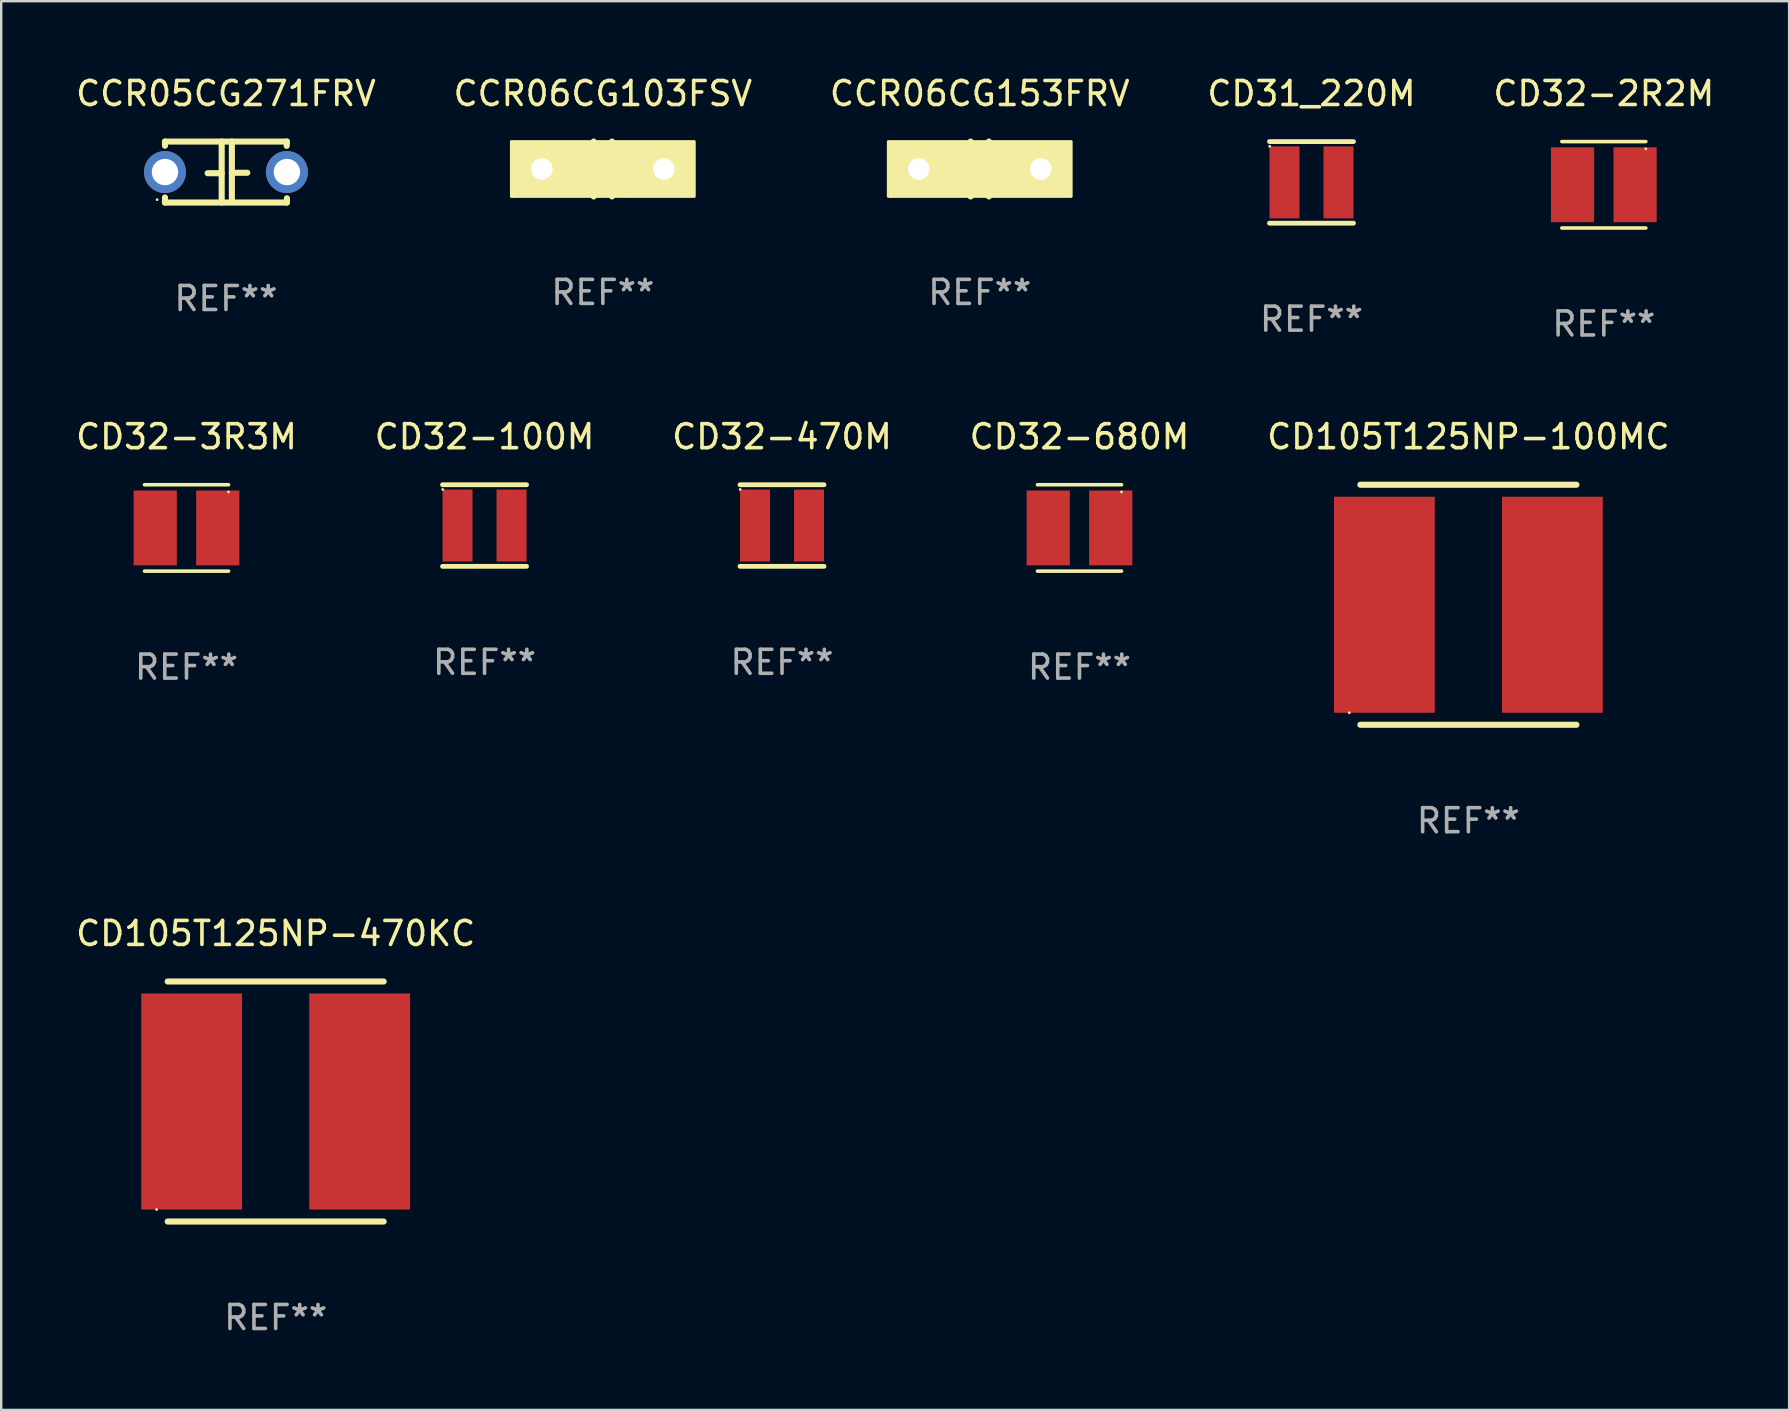
<source format=kicad_pcb>
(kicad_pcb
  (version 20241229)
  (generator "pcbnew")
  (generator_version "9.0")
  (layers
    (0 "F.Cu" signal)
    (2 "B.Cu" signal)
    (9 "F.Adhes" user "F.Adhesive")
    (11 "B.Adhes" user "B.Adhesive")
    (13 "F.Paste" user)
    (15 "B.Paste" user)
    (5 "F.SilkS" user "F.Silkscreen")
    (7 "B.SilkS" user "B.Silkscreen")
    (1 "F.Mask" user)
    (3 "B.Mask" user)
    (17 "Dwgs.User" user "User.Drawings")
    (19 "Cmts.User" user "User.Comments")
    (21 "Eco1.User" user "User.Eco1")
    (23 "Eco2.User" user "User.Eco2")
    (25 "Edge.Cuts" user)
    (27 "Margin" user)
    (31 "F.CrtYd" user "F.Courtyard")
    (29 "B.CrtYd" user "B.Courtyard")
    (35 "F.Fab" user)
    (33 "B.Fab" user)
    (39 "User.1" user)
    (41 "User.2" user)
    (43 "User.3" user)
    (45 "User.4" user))
  (footprint "CD32-3R3M"
    (layer "F.Cu")
    (at 4.72 18.945)
    (property "Reference" "CD32-3R3M" (at 0 -3.8 0) (layer "F.SilkS") (effects (font (size 1 1) (thickness 0.15))))
    (attr through_hole)
    (fp_line (start -1.75 -1.8) (end 1.75 -1.8) (stroke (width 0.15) (type solid)) (layer "F.SilkS"))
    (fp_line (start 1.75 1.8) (end -1.75 1.8) (stroke (width 0.15) (type solid)) (layer "F.SilkS"))
    (fp_circle (center 1.75 -1.5) (end 1.78 -1.5) (stroke (width 0.06) (type solid)) (fill no) (layer "F.SilkS"))
    (fp_text user "REF**" (at 0 5.8 0) (layer "F.Fab") (effects (font (size 1 1) (thickness 0.15))))
    (pad "1" smd rect (at 1.303 0.000051) (size 1.8 3.12) (layers "F.Cu" "F.Mask" "F.Paste"))
    (pad "2" smd rect (at -1.303 0.000051) (size 1.8 3.12) (layers "F.Cu" "F.Mask" "F.Paste")))
  (footprint "CCR06CG153FRV"
    (layer "F.Cu")
    (at 37.768 3.991)
    (property "Reference" "CCR06CG153FRV" (at 0 -3.143 0) (layer "F.SilkS") (effects (font (size 1 1) (thickness 0.15))))
    (attr through_hole)
    (fp_line (start -0.381 -0.017) (end -0.889 -0.017) (stroke (width 0.254) (type solid)) (layer "F.SilkS"))
    (fp_line (start -0.381 1.143) (end -0.381 -1.143) (stroke (width 0.254) (type solid)) (layer "F.SilkS"))
    (fp_line (start 0.381 -1.143) (end 0.381 1.143) (stroke (width 0.254) (type solid)) (layer "F.SilkS"))
    (fp_line (start 0.381 0.017) (end 0.889 0.017) (stroke (width 0.254) (type solid)) (layer "F.SilkS"))
    (fp_circle (center -3.7 1.15) (end -3.67 1.15) (stroke (width 0.06) (type solid)) (fill no) (layer "F.SilkS"))
    (fp_poly (pts (xy -3.81 -1.143) (xy 3.81 -1.143) (xy 3.81 1.143) (xy -3.81 1.143)) (stroke (width 0.12) (type solid)) (fill yes) (layer "F.SilkS"))
    (fp_text user "REF**" (at 0 5.143 0) (layer "F.Fab") (effects (font (size 1 1) (thickness 0.15))))
    (pad "1" thru_hole circle (at -2.54 0) (size 1.524 1.524) (drill 0.9) (layers "*.Cu" "*.Mask"))
    (pad "2" thru_hole circle (at 2.54 0) (size 1.524 1.524) (drill 0.9) (layers "*.Cu" "*.Mask")))
  (footprint "CCR05CG271FRV"
    (layer "F.Cu")
    (at 6.363 4.118)
    (property "Reference" "CCR05CG271FRV" (at 0 -3.27 0) (layer "F.SilkS") (effects (font (size 1 1) (thickness 0.15))))
    (attr through_hole)
    (fp_line (start -2.54 -1.27) (end 2.54 -1.27) (stroke (width 0.254) (type solid)) (layer "F.SilkS"))
    (fp_line (start -2.54 -1.097) (end -2.54 -1.27) (stroke (width 0.254) (type solid)) (layer "F.SilkS"))
    (fp_line (start -2.54 1.27) (end -2.54 1.059) (stroke (width 0.254) (type solid)) (layer "F.SilkS"))
    (fp_line (start -0.177 -1.27) (end -0.177 1.27) (stroke (width 0.254) (type solid)) (layer "F.SilkS"))
    (fp_line (start -0.177 0.048) (end -0.762 0.048) (stroke (width 0.254) (type solid)) (layer "F.SilkS"))
    (fp_line (start 0.247 -1.27) (end 0.247 1.143) (stroke (width 0.254) (type solid)) (layer "F.SilkS"))
    (fp_line (start 0.247 0.029) (end 0.889 0.029) (stroke (width 0.254) (type solid)) (layer "F.SilkS"))
    (fp_line (start 2.54 -1.27) (end 2.531 -1.092) (stroke (width 0.254) (type solid)) (layer "F.SilkS"))
    (fp_line (start 2.54 1.092) (end 2.54 1.27) (stroke (width 0.254) (type solid)) (layer "F.SilkS"))
    (fp_line (start 2.54 1.27) (end -2.54 1.27) (stroke (width 0.254) (type solid)) (layer "F.SilkS"))
    (fp_circle (center -2.865 1.15) (end -2.835 1.15) (stroke (width 0.06) (type solid)) (fill no) (layer "F.SilkS"))
    (fp_text user "REF**" (at 0 5.27 0) (layer "F.Fab") (effects (font (size 1 1) (thickness 0.15))))
    (pad "1" thru_hole circle (at -2.54 0) (size 1.75 1.75) (drill 1.1) (layers "*.Cu" "*.Mask"))
    (pad "2" thru_hole circle (at 2.54 0) (size 1.75 1.75) (drill 1.1) (layers "*.Cu" "*.Mask")))
  (footprint "CD32-2R2M"
    (layer "F.Cu")
    (at 63.768 4.648)
    (property "Reference" "CD32-2R2M" (at 0 -3.8 0) (layer "F.SilkS") (effects (font (size 1 1) (thickness 0.15))))
    (attr through_hole)
    (fp_line (start -1.75 -1.8) (end 1.75 -1.8) (stroke (width 0.15) (type solid)) (layer "F.SilkS"))
    (fp_line (start 1.75 1.8) (end -1.75 1.8) (stroke (width 0.15) (type solid)) (layer "F.SilkS"))
    (fp_circle (center 1.75 -1.5) (end 1.78 -1.5) (stroke (width 0.06) (type solid)) (fill no) (layer "F.SilkS"))
    (fp_text user "REF**" (at 0 5.8 0) (layer "F.Fab") (effects (font (size 1 1) (thickness 0.15))))
    (pad "1" smd rect (at 1.303 0.000051) (size 1.8 3.12) (layers "F.Cu" "F.Mask" "F.Paste"))
    (pad "2" smd rect (at -1.303 0.000051) (size 1.8 3.12) (layers "F.Cu" "F.Mask" "F.Paste")))
  (footprint "CD105T125NP-470KC"
    (layer "F.Cu")
    (at 8.435 42.841)
    (property "Reference" "CD105T125NP-470KC" (at 0 -7 0) (layer "F.SilkS") (effects (font (size 1 1) (thickness 0.15))))
    (attr through_hole)
    (fp_line (start -4.5 -5) (end 4.5 -5) (stroke (width 0.254) (type solid)) (layer "F.SilkS"))
    (fp_line (start -4.5 5) (end 4.5 5) (stroke (width 0.254) (type solid)) (layer "F.SilkS"))
    (fp_circle (center -4.96 4.5) (end -4.93 4.5) (stroke (width 0.06) (type solid)) (fill no) (layer "F.SilkS"))
    (fp_text user "REF**" (at 0 9 0) (layer "F.Fab") (effects (font (size 1 1) (thickness 0.15))))
    (pad "1" smd rect (at -3.5 0) (size 4.2 9) (layers "F.Cu" "F.Mask" "F.Paste"))
    (pad "2" smd rect (at 3.5 0) (size 4.2 9) (layers "F.Cu" "F.Mask" "F.Paste")))
  (footprint "CD32-680M"
    (layer "F.Cu")
    (at 41.923 18.945)
    (property "Reference" "CD32-680M" (at 0 -3.8 0) (layer "F.SilkS") (effects (font (size 1 1) (thickness 0.15))))
    (attr through_hole)
    (fp_line (start -1.75 -1.8) (end 1.75 -1.8) (stroke (width 0.15) (type solid)) (layer "F.SilkS"))
    (fp_line (start 1.75 1.8) (end -1.75 1.8) (stroke (width 0.15) (type solid)) (layer "F.SilkS"))
    (fp_circle (center 1.75 -1.5) (end 1.78 -1.5) (stroke (width 0.06) (type solid)) (fill no) (layer "F.SilkS"))
    (fp_text user "REF**" (at 0 5.8 0) (layer "F.Fab") (effects (font (size 1 1) (thickness 0.15))))
    (pad "1" smd rect (at 1.303 0.000051) (size 1.8 3.12) (layers "F.Cu" "F.Mask" "F.Paste"))
    (pad "2" smd rect (at -1.303 0.000051) (size 1.8 3.12) (layers "F.Cu" "F.Mask" "F.Paste")))
  (footprint "CD105T125NP-100MC"
    (layer "F.Cu")
    (at 58.125 22.145)
    (property "Reference" "CD105T125NP-100MC" (at 0 -7 0) (layer "F.SilkS") (effects (font (size 1 1) (thickness 0.15))))
    (attr through_hole)
    (fp_line (start -4.5 -5) (end 4.5 -5) (stroke (width 0.254) (type solid)) (layer "F.SilkS"))
    (fp_line (start -4.5 5) (end 4.5 5) (stroke (width 0.254) (type solid)) (layer "F.SilkS"))
    (fp_circle (center -4.96 4.5) (end -4.93 4.5) (stroke (width 0.06) (type solid)) (fill no) (layer "F.SilkS"))
    (fp_text user "REF**" (at 0 9 0) (layer "F.Fab") (effects (font (size 1 1) (thickness 0.15))))
    (pad "1" smd rect (at -3.5 0) (size 4.2 9) (layers "F.Cu" "F.Mask" "F.Paste"))
    (pad "2" smd rect (at 3.5 0) (size 4.2 9) (layers "F.Cu" "F.Mask" "F.Paste")))
  (footprint "CD32-470M"
    (layer "F.Cu")
    (at 29.53 18.845)
    (property "Reference" "CD32-470M" (at 0 -3.7 0) (layer "F.SilkS") (effects (font (size 1 1) (thickness 0.15))))
    (attr through_hole)
    (fp_line (start -1.75 -1.7) (end 1.75 -1.7) (stroke (width 0.2) (type solid)) (layer "F.SilkS"))
    (fp_line (start -1.75 1.7) (end 1.75 1.7) (stroke (width 0.2) (type solid)) (layer "F.SilkS"))
    (fp_circle (center -1.741 -1.503) (end -1.711 -1.503) (stroke (width 0.06) (type solid)) (fill no) (layer "F.SilkS"))
    (fp_text user "REF**" (at 0 5.7 0) (layer "F.Fab") (effects (font (size 1 1) (thickness 0.15))))
    (pad "1" smd rect (at -1.125 0) (size 1.25 3) (layers "F.Cu" "F.Mask" "F.Paste"))
    (pad "2" smd rect (at 1.125 0) (size 1.25 3) (layers "F.Cu" "F.Mask" "F.Paste")))
  (footprint "CD32-100M"
    (layer "F.Cu")
    (at 17.137 18.845)
    (property "Reference" "CD32-100M" (at 0 -3.7 0) (layer "F.SilkS") (effects (font (size 1 1) (thickness 0.15))))
    (attr through_hole)
    (fp_line (start -1.75 -1.7) (end 1.75 -1.7) (stroke (width 0.2) (type solid)) (layer "F.SilkS"))
    (fp_line (start -1.75 1.7) (end 1.75 1.7) (stroke (width 0.2) (type solid)) (layer "F.SilkS"))
    (fp_circle (center -1.741 -1.503) (end -1.711 -1.503) (stroke (width 0.06) (type solid)) (fill no) (layer "F.SilkS"))
    (fp_text user "REF**" (at 0 5.7 0) (layer "F.Fab") (effects (font (size 1 1) (thickness 0.15))))
    (pad "1" smd rect (at -1.125 0) (size 1.25 3) (layers "F.Cu" "F.Mask" "F.Paste"))
    (pad "2" smd rect (at 1.125 0) (size 1.25 3) (layers "F.Cu" "F.Mask" "F.Paste")))
  (footprint "CCR06CG103FSV"
    (layer "F.Cu")
    (at 22.065 3.991)
    (property "Reference" "CCR06CG103FSV" (at 0 -3.143 0) (layer "F.SilkS") (effects (font (size 1 1) (thickness 0.15))))
    (attr through_hole)
    (fp_line (start -0.381 -0.017) (end -0.889 -0.017) (stroke (width 0.254) (type solid)) (layer "F.SilkS"))
    (fp_line (start -0.381 1.143) (end -0.381 -1.143) (stroke (width 0.254) (type solid)) (layer "F.SilkS"))
    (fp_line (start 0.381 -1.143) (end 0.381 1.143) (stroke (width 0.254) (type solid)) (layer "F.SilkS"))
    (fp_line (start 0.381 0.017) (end 0.889 0.017) (stroke (width 0.254) (type solid)) (layer "F.SilkS"))
    (fp_circle (center -3.7 1.15) (end -3.67 1.15) (stroke (width 0.06) (type solid)) (fill no) (layer "F.SilkS"))
    (fp_poly (pts (xy -3.81 -1.143) (xy 3.81 -1.143) (xy 3.81 1.143) (xy -3.81 1.143)) (stroke (width 0.12) (type solid)) (fill yes) (layer "F.SilkS"))
    (fp_text user "REF**" (at 0 5.143 0) (layer "F.Fab") (effects (font (size 1 1) (thickness 0.15))))
    (pad "1" thru_hole circle (at -2.54 0) (size 1.524 1.524) (drill 0.9) (layers "*.Cu" "*.Mask"))
    (pad "2" thru_hole circle (at 2.54 0) (size 1.524 1.524) (drill 0.9) (layers "*.Cu" "*.Mask")))
  (footprint "CD31_220M"
    (layer "F.Cu")
    (at 51.589 4.548)
    (property "Reference" "CD31_220M" (at 0 -3.7 0) (layer "F.SilkS") (effects (font (size 1 1) (thickness 0.15))))
    (attr through_hole)
    (fp_line (start -1.75 -1.7) (end 1.75 -1.7) (stroke (width 0.2) (type solid)) (layer "F.SilkS"))
    (fp_line (start -1.75 1.7) (end 1.75 1.7) (stroke (width 0.2) (type solid)) (layer "F.SilkS"))
    (fp_circle (center -1.741 -1.503) (end -1.711 -1.503) (stroke (width 0.06) (type solid)) (fill no) (layer "F.SilkS"))
    (fp_text user "REF**" (at 0 5.7 0) (layer "F.Fab") (effects (font (size 1 1) (thickness 0.15))))
    (pad "1" smd rect (at -1.125 0) (size 1.25 3) (layers "F.Cu" "F.Mask" "F.Paste"))
    (pad "2" smd rect (at 1.125 0) (size 1.25 3) (layers "F.Cu" "F.Mask" "F.Paste")))
  (gr_rect
    (start -3 -3)
    (end 71.488 55.689)
    (stroke (width 0.1) (type default))
    (fill no)
    (layer "Edge.Cuts")))
</source>
